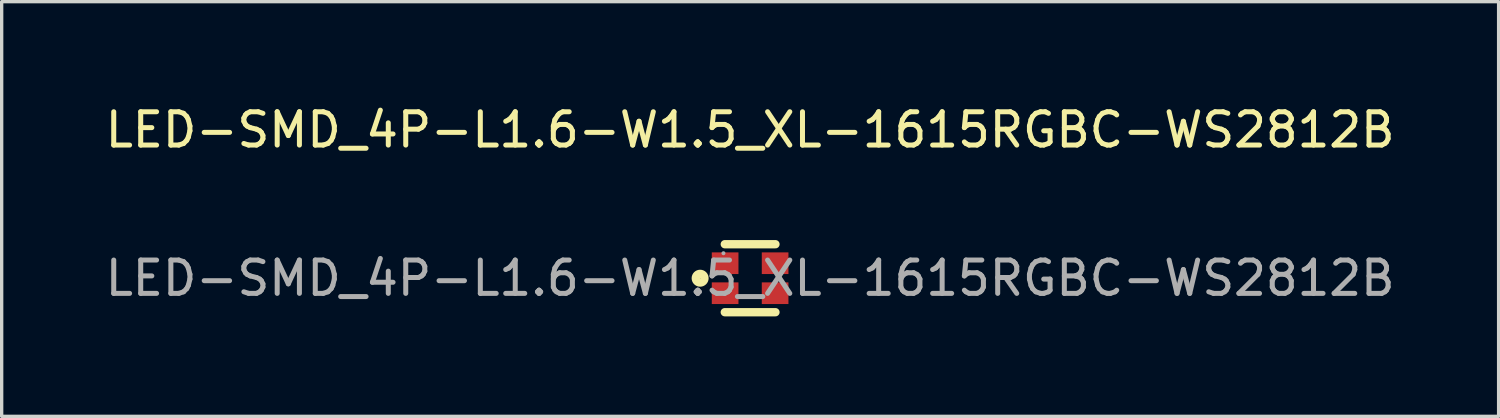
<source format=kicad_pcb>
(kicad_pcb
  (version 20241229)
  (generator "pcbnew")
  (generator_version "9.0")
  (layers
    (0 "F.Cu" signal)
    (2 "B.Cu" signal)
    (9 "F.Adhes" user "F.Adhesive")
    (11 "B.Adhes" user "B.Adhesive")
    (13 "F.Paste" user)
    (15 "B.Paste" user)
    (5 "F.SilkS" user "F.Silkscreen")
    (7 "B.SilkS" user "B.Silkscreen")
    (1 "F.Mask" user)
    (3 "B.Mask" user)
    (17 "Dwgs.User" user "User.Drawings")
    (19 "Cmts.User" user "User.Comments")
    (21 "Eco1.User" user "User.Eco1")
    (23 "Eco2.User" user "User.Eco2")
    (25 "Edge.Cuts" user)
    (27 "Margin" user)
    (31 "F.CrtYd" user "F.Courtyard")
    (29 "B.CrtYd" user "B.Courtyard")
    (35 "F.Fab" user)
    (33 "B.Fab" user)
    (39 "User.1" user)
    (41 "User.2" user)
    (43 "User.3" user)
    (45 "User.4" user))
  (footprint "LED-SMD_4P-L1.6-W1.5_XL-1615RGBC-WS2812B"
    (layer "F.Cu")
    (at 19.458 5.298)
    (property "Reference" "LED-SMD_4P-L1.6-W1.5_XL-1615RGBC-WS2812B" (at 0 -4.45 0) (layer "F.SilkS") (effects (font (size 1 1) (thickness 0.15))))
    (attr smd)
    (fp_line (start -0.76 1.02) (end 0.76 1.02) (stroke (width 0.25) (type solid)) (layer "F.SilkS"))
    (fp_line (start 0.76 -1.02) (end -0.76 -1.02) (stroke (width 0.25) (type solid)) (layer "F.SilkS"))
    (fp_circle (center -1.5 0) (end -1.37 0) (stroke (width 0.25) (type solid)) (fill no) (layer "F.SilkS"))
    (fp_circle (center -0.8 -0.75) (end -0.77 -0.75) (stroke (width 0.06) (type solid)) (fill no) (layer "F.Fab"))
    (fp_text user "${REFERENCE}" (at 0 0 0) (layer "F.Fab") (effects (font (size 1 1) (thickness 0.15))))
    (pad "1" smd rect (at -0.75 -0.45 180) (size 0.8 0.65) (layers "F.Cu" "F.Mask" "F.Paste"))
    (pad "2" smd rect (at 0.75 -0.45 180) (size 0.8 0.65) (layers "F.Cu" "F.Mask" "F.Paste"))
    (pad "3" smd rect (at -0.75 0.45 180) (size 0.8 0.65) (layers "F.Cu" "F.Mask" "F.Paste"))
    (pad "4" smd rect (at 0.75 0.45 180) (size 0.8 0.65) (layers "F.Cu" "F.Mask" "F.Paste")))
  (gr_rect
    (start -3 -3)
    (end 41.917 9.443)
    (stroke (width 0.1) (type default))
    (fill no)
    (layer "Edge.Cuts")))
</source>
